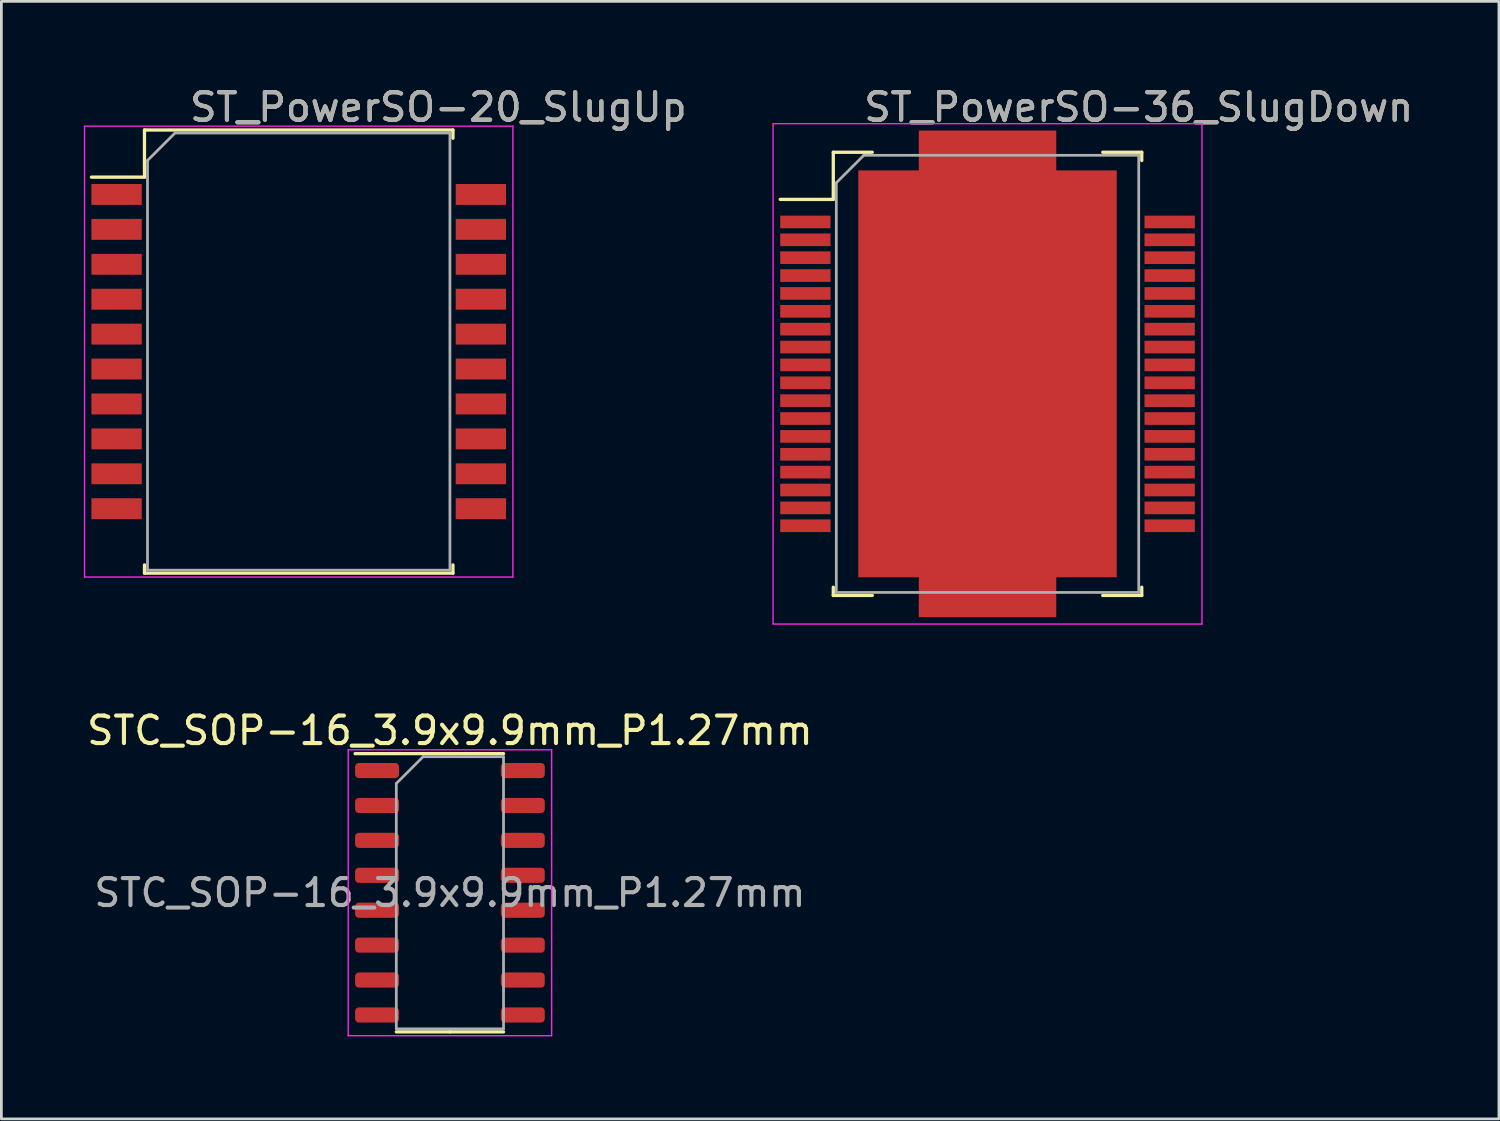
<source format=kicad_pcb>
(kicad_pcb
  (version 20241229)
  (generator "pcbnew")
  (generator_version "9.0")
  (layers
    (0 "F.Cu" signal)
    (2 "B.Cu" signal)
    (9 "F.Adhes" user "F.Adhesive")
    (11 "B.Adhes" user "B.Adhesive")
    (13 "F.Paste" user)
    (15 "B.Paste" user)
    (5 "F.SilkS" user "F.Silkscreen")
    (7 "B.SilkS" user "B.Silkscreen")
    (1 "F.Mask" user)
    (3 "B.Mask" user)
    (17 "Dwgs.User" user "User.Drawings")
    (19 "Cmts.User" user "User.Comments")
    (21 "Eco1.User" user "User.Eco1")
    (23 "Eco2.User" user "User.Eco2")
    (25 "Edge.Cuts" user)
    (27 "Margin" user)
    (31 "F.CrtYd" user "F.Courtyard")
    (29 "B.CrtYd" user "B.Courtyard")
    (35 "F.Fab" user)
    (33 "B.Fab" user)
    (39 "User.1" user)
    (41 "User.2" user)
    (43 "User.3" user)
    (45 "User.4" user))
  (footprint "ST_PowerSO-36_SlugDown"
    (layer "F.Cu")
    (at 32.869 10.548)
    (property "Reference" "ST_PowerSO-36_SlugDown" (at 5.5 -9.7 0) (layer "F.SilkS") (effects (font (size 1 1) (thickness 0.15))))
    (attr smd)
    (fp_line (start -7.54 -6.345) (end -5.61 -6.345) (stroke (width 0.12) (type solid)) (layer "F.SilkS"))
    (fp_line (start -5.61 -8.06) (end -4.191 -8.06) (stroke (width 0.12) (type solid)) (layer "F.SilkS"))
    (fp_line (start -5.61 -6.345) (end -5.61 -8.06) (stroke (width 0.12) (type solid)) (layer "F.SilkS"))
    (fp_line (start -5.61 7.76) (end -5.61 8.06) (stroke (width 0.12) (type solid)) (layer "F.SilkS"))
    (fp_line (start -5.61 8.06) (end -4.191 8.06) (stroke (width 0.12) (type solid)) (layer "F.SilkS"))
    (fp_line (start 4.191 -8.06) (end 5.61 -8.06) (stroke (width 0.12) (type solid)) (layer "F.SilkS"))
    (fp_line (start 4.191 8.06) (end 5.61 8.06) (stroke (width 0.12) (type solid)) (layer "F.SilkS"))
    (fp_line (start 5.61 -8.06) (end 5.61 -7.76) (stroke (width 0.12) (type solid)) (layer "F.SilkS"))
    (fp_line (start 5.61 8.06) (end 5.61 7.76) (stroke (width 0.12) (type solid)) (layer "F.SilkS"))
    (fp_line (start -7.8 -9.1) (end -7.8 9.1) (stroke (width 0.05) (type solid)) (layer "F.CrtYd"))
    (fp_line (start -7.8 9.1) (end 7.8 9.1) (stroke (width 0.05) (type solid)) (layer "F.CrtYd"))
    (fp_line (start 7.8 -9.1) (end -7.8 -9.1) (stroke (width 0.05) (type solid)) (layer "F.CrtYd"))
    (fp_line (start 7.8 9.1) (end 7.8 -9.1) (stroke (width 0.05) (type solid)) (layer "F.CrtYd"))
    (fp_line (start -5.5 -6.95) (end -5.5 7.95) (stroke (width 0.1) (type solid)) (layer "F.Fab"))
    (fp_line (start -5.5 -6.95) (end -4.5 -7.95) (stroke (width 0.1) (type solid)) (layer "F.Fab"))
    (fp_line (start -5.5 7.95) (end 5.5 7.95) (stroke (width 0.1) (type solid)) (layer "F.Fab"))
    (fp_line (start 5.5 -7.95) (end -4.5 -7.95) (stroke (width 0.1) (type solid)) (layer "F.Fab"))
    (fp_line (start 5.5 7.95) (end 5.5 -7.95) (stroke (width 0.1) (type solid)) (layer "F.Fab"))
    (fp_text user "${REFERENCE}" (at 5.5 -9.7 0) (layer "F.Fab") (effects (font (size 1 1) (thickness 0.15))))
    (pad "" smd rect (at 0 -6.95) (size 3.4 2.5) (layers "F.Paste"))
    (pad "" smd rect (at 0 -3.81) (size 6.4 1.27) (layers "F.Paste"))
    (pad "" smd rect (at 0 -1.27) (size 6.4 1.27) (layers "F.Paste"))
    (pad "" smd rect (at 0 1.27) (size 6.4 1.27) (layers "F.Paste"))
    (pad "" smd rect (at 0 3.81) (size 6.4 1.27) (layers "F.Paste"))
    (pad "" smd rect (at 0 6.95) (size 3.4 2.5) (layers "F.Paste"))
    (pad "1" smd rect (at -6.625 -5.525 90) (size 0.46 1.83) (layers "F.Cu" "F.Mask" "F.Paste"))
    (pad "2" smd rect (at -6.625 -4.875 90) (size 0.46 1.83) (layers "F.Cu" "F.Mask" "F.Paste"))
    (pad "3" smd rect (at -6.625 -4.225 90) (size 0.46 1.83) (layers "F.Cu" "F.Mask" "F.Paste"))
    (pad "4" smd rect (at -6.625 -3.575 90) (size 0.46 1.83) (layers "F.Cu" "F.Mask" "F.Paste"))
    (pad "5" smd rect (at -6.625 -2.925 90) (size 0.46 1.83) (layers "F.Cu" "F.Mask" "F.Paste"))
    (pad "6" smd rect (at -6.625 -2.275 90) (size 0.46 1.83) (layers "F.Cu" "F.Mask" "F.Paste"))
    (pad "7" smd rect (at -6.625 -1.625 90) (size 0.46 1.83) (layers "F.Cu" "F.Mask" "F.Paste"))
    (pad "8" smd rect (at -6.625 -0.975 90) (size 0.46 1.83) (layers "F.Cu" "F.Mask" "F.Paste"))
    (pad "9" smd rect (at -6.625 -0.325 90) (size 0.46 1.83) (layers "F.Cu" "F.Mask" "F.Paste"))
    (pad "10" smd rect (at -6.625 0.325 90) (size 0.46 1.83) (layers "F.Cu" "F.Mask" "F.Paste"))
    (pad "11" smd rect (at -6.625 0.975 90) (size 0.46 1.83) (layers "F.Cu" "F.Mask" "F.Paste"))
    (pad "12" smd rect (at -6.625 1.625 90) (size 0.46 1.83) (layers "F.Cu" "F.Mask" "F.Paste"))
    (pad "13" smd rect (at -6.625 2.275 90) (size 0.46 1.83) (layers "F.Cu" "F.Mask" "F.Paste"))
    (pad "14" smd rect (at -6.625 2.925 90) (size 0.46 1.83) (layers "F.Cu" "F.Mask" "F.Paste"))
    (pad "15" smd rect (at -6.625 3.575 90) (size 0.46 1.83) (layers "F.Cu" "F.Mask" "F.Paste"))
    (pad "16" smd rect (at -6.625 4.225 90) (size 0.46 1.83) (layers "F.Cu" "F.Mask" "F.Paste"))
    (pad "17" smd rect (at -6.625 4.875 90) (size 0.46 1.83) (layers "F.Cu" "F.Mask" "F.Paste"))
    (pad "18" smd rect (at -6.625 5.525 90) (size 0.46 1.83) (layers "F.Cu" "F.Mask" "F.Paste"))
    (pad "19" smd rect (at 6.625 0.325 90) (size 0.46 1.83) (layers "F.Cu" "F.Mask" "F.Paste"))
    (pad "20" smd rect (at 6.625 0.975 90) (size 0.46 1.83) (layers "F.Cu" "F.Mask" "F.Paste"))
    (pad "21" smd rect (at 6.625 1.625 90) (size 0.46 1.83) (layers "F.Cu" "F.Mask" "F.Paste"))
    (pad "22" smd rect (at 6.625 2.275 90) (size 0.46 1.83) (layers "F.Cu" "F.Mask" "F.Paste"))
    (pad "23" smd rect (at 6.625 2.925 90) (size 0.46 1.83) (layers "F.Cu" "F.Mask" "F.Paste"))
    (pad "24" smd rect (at 6.625 3.575 90) (size 0.46 1.83) (layers "F.Cu" "F.Mask" "F.Paste"))
    (pad "25" smd rect (at 6.625 4.225 90) (size 0.46 1.83) (layers "F.Cu" "F.Mask" "F.Paste"))
    (pad "26" smd rect (at 6.625 4.875 90) (size 0.46 1.83) (layers "F.Cu" "F.Mask" "F.Paste"))
    (pad "27" smd rect (at 6.625 5.525 90) (size 0.46 1.83) (layers "F.Cu" "F.Mask" "F.Paste"))
    (pad "28" smd rect (at 6.625 -0.325 90) (size 0.46 1.83) (layers "F.Cu" "F.Mask" "F.Paste"))
    (pad "29" smd rect (at 6.625 -0.975 90) (size 0.46 1.83) (layers "F.Cu" "F.Mask" "F.Paste"))
    (pad "30" smd rect (at 6.625 -1.625 90) (size 0.46 1.83) (layers "F.Cu" "F.Mask" "F.Paste"))
    (pad "31" smd rect (at 6.625 -2.275 90) (size 0.46 1.83) (layers "F.Cu" "F.Mask" "F.Paste"))
    (pad "32" smd rect (at 6.625 -2.925 90) (size 0.46 1.83) (layers "F.Cu" "F.Mask" "F.Paste"))
    (pad "33" smd rect (at 6.625 -3.575 90) (size 0.46 1.83) (layers "F.Cu" "F.Mask" "F.Paste"))
    (pad "34" smd rect (at 6.625 -4.225 90) (size 0.46 1.83) (layers "F.Cu" "F.Mask" "F.Paste"))
    (pad "35" smd rect (at 6.625 -4.875 90) (size 0.46 1.83) (layers "F.Cu" "F.Mask" "F.Paste"))
    (pad "36" smd rect (at 6.625 -5.525 90) (size 0.46 1.83) (layers "F.Cu" "F.Mask" "F.Paste"))
    (pad "37" smd custom (at 0 0) (size 3.4 2.5) (layers "F.Cu" "F.Mask") (options (anchor rect)) (primitives (gr_poly (pts (xy 2.5 8.85) (xy -2.5 8.85) (xy -2.5 7.4) (xy -4.7 7.4) (xy -4.7 -7.4) (xy -2.5 -7.4) (xy -2.5 -8.85) (xy 2.5 -8.85) (xy 2.5 -7.4) (xy 4.7 -7.4) (xy 4.7 7.4) (xy 2.5 7.4)) (width 0) (fill yes)))))
  (footprint "STC_SOP-16_3.9x9.9mm_P1.27mm"
    (layer "F.Cu")
    (at 13.315 29.422)
    (property "Reference" "STC_SOP-16_3.9x9.9mm_P1.27mm" (at 0 -5.9 0) (layer "F.SilkS") (effects (font (size 1 1) (thickness 0.15))))
    (attr smd)
    (fp_line (start 0 -5.06) (end -3.45 -5.06) (stroke (width 0.12) (type solid)) (layer "F.SilkS"))
    (fp_line (start 0 -5.06) (end 1.95 -5.06) (stroke (width 0.12) (type solid)) (layer "F.SilkS"))
    (fp_line (start 0 5.06) (end -1.95 5.06) (stroke (width 0.12) (type solid)) (layer "F.SilkS"))
    (fp_line (start 0 5.06) (end 1.95 5.06) (stroke (width 0.12) (type solid)) (layer "F.SilkS"))
    (fp_line (start -3.7 -5.2) (end -3.7 5.2) (stroke (width 0.05) (type solid)) (layer "F.CrtYd"))
    (fp_line (start -3.7 5.2) (end 3.7 5.2) (stroke (width 0.05) (type solid)) (layer "F.CrtYd"))
    (fp_line (start 3.7 -5.2) (end -3.7 -5.2) (stroke (width 0.05) (type solid)) (layer "F.CrtYd"))
    (fp_line (start 3.7 5.2) (end 3.7 -5.2) (stroke (width 0.05) (type solid)) (layer "F.CrtYd"))
    (fp_line (start -1.95 -3.975) (end -0.975 -4.95) (stroke (width 0.1) (type solid)) (layer "F.Fab"))
    (fp_line (start -1.95 4.95) (end -1.95 -3.975) (stroke (width 0.1) (type solid)) (layer "F.Fab"))
    (fp_line (start -0.975 -4.95) (end 1.95 -4.95) (stroke (width 0.1) (type solid)) (layer "F.Fab"))
    (fp_line (start 1.95 -4.95) (end 1.95 4.95) (stroke (width 0.1) (type solid)) (layer "F.Fab"))
    (fp_line (start 1.95 4.95) (end -1.95 4.95) (stroke (width 0.1) (type solid)) (layer "F.Fab"))
    (fp_text user "${REFERENCE}" (at 0 0 0) (layer "F.Fab") (effects (font (size 0.98 0.98) (thickness 0.15))))
    (pad "1" smd roundrect (at -2.65 -4.445) (size 1.6 0.55) (layers "F.Cu" "F.Mask" "F.Paste") (roundrect_rratio 0.25))
    (pad "2" smd roundrect (at -2.65 -3.175) (size 1.6 0.55) (layers "F.Cu" "F.Mask" "F.Paste") (roundrect_rratio 0.25))
    (pad "3" smd roundrect (at -2.65 -1.905) (size 1.6 0.55) (layers "F.Cu" "F.Mask" "F.Paste") (roundrect_rratio 0.25))
    (pad "4" smd roundrect (at -2.65 -0.635) (size 1.6 0.55) (layers "F.Cu" "F.Mask" "F.Paste") (roundrect_rratio 0.25))
    (pad "5" smd roundrect (at -2.65 0.635) (size 1.6 0.55) (layers "F.Cu" "F.Mask" "F.Paste") (roundrect_rratio 0.25))
    (pad "6" smd roundrect (at -2.65 1.905) (size 1.6 0.55) (layers "F.Cu" "F.Mask" "F.Paste") (roundrect_rratio 0.25))
    (pad "7" smd roundrect (at -2.65 3.175) (size 1.6 0.55) (layers "F.Cu" "F.Mask" "F.Paste") (roundrect_rratio 0.25))
    (pad "8" smd roundrect (at -2.65 4.445) (size 1.6 0.55) (layers "F.Cu" "F.Mask" "F.Paste") (roundrect_rratio 0.25))
    (pad "9" smd roundrect (at 2.65 4.445) (size 1.6 0.55) (layers "F.Cu" "F.Mask" "F.Paste") (roundrect_rratio 0.25))
    (pad "10" smd roundrect (at 2.65 3.175) (size 1.6 0.55) (layers "F.Cu" "F.Mask" "F.Paste") (roundrect_rratio 0.25))
    (pad "11" smd roundrect (at 2.65 1.905) (size 1.6 0.55) (layers "F.Cu" "F.Mask" "F.Paste") (roundrect_rratio 0.25))
    (pad "12" smd roundrect (at 2.65 0.635) (size 1.6 0.55) (layers "F.Cu" "F.Mask" "F.Paste") (roundrect_rratio 0.25))
    (pad "13" smd roundrect (at 2.65 -0.635) (size 1.6 0.55) (layers "F.Cu" "F.Mask" "F.Paste") (roundrect_rratio 0.25))
    (pad "14" smd roundrect (at 2.65 -1.905) (size 1.6 0.55) (layers "F.Cu" "F.Mask" "F.Paste") (roundrect_rratio 0.25))
    (pad "15" smd roundrect (at 2.65 -3.175) (size 1.6 0.55) (layers "F.Cu" "F.Mask" "F.Paste") (roundrect_rratio 0.25))
    (pad "16" smd roundrect (at 2.65 -4.445) (size 1.6 0.55) (layers "F.Cu" "F.Mask" "F.Paste") (roundrect_rratio 0.25)))
  (footprint "ST_PowerSO-20_SlugUp"
    (layer "F.Cu")
    (at 7.815 9.738)
    (property "Reference" "ST_PowerSO-20_SlugUp" (at 5.08 -8.89 0) (layer "F.SilkS") (effects (font (size 1 1) (thickness 0.15))))
    (attr smd)
    (fp_line (start -7.54 -6.345) (end -5.61 -6.345) (stroke (width 0.12) (type solid)) (layer "F.SilkS"))
    (fp_line (start -5.61 -8.06) (end 5.61 -8.06) (stroke (width 0.12) (type solid)) (layer "F.SilkS"))
    (fp_line (start -5.61 -6.345) (end -5.61 -8.06) (stroke (width 0.12) (type solid)) (layer "F.SilkS"))
    (fp_line (start -5.61 7.76) (end -5.61 8.06) (stroke (width 0.12) (type solid)) (layer "F.SilkS"))
    (fp_line (start -5.61 8.06) (end 5.61 8.06) (stroke (width 0.12) (type solid)) (layer "F.SilkS"))
    (fp_line (start 5.61 -8.06) (end 5.61 -7.76) (stroke (width 0.12) (type solid)) (layer "F.SilkS"))
    (fp_line (start 5.61 8.06) (end 5.61 7.76) (stroke (width 0.12) (type solid)) (layer "F.SilkS"))
    (fp_line (start -7.79 -8.2) (end -7.79 8.2) (stroke (width 0.05) (type solid)) (layer "F.CrtYd"))
    (fp_line (start -7.79 8.2) (end 7.79 8.2) (stroke (width 0.05) (type solid)) (layer "F.CrtYd"))
    (fp_line (start 7.79 -8.2) (end -7.79 -8.2) (stroke (width 0.05) (type solid)) (layer "F.CrtYd"))
    (fp_line (start 7.79 8.2) (end 7.79 -8.2) (stroke (width 0.05) (type solid)) (layer "F.CrtYd"))
    (fp_line (start -5.5 -6.95) (end -5.5 7.95) (stroke (width 0.1) (type solid)) (layer "F.Fab"))
    (fp_line (start -5.5 -6.95) (end -4.5 -7.95) (stroke (width 0.1) (type solid)) (layer "F.Fab"))
    (fp_line (start -5.5 7.95) (end 5.5 7.95) (stroke (width 0.1) (type solid)) (layer "F.Fab"))
    (fp_line (start 5.5 -7.95) (end -4.5 -7.95) (stroke (width 0.1) (type solid)) (layer "F.Fab"))
    (fp_line (start 5.5 7.95) (end 5.5 -7.95) (stroke (width 0.1) (type solid)) (layer "F.Fab"))
    (fp_text user "${REFERENCE}" (at 5.08 -8.89 0) (layer "F.Fab") (effects (font (size 1 1) (thickness 0.15))))
    (pad "1" smd rect (at -6.625 -5.715 90) (size 0.76 1.83) (layers "F.Cu" "F.Mask" "F.Paste"))
    (pad "2" smd rect (at -6.625 -4.445 90) (size 0.76 1.83) (layers "F.Cu" "F.Mask" "F.Paste"))
    (pad "3" smd rect (at -6.625 -3.175 90) (size 0.76 1.83) (layers "F.Cu" "F.Mask" "F.Paste"))
    (pad "4" smd rect (at -6.625 -1.905 90) (size 0.76 1.83) (layers "F.Cu" "F.Mask" "F.Paste"))
    (pad "5" smd rect (at -6.625 -0.635 90) (size 0.76 1.83) (layers "F.Cu" "F.Mask" "F.Paste"))
    (pad "6" smd rect (at -6.625 0.635 90) (size 0.76 1.83) (layers "F.Cu" "F.Mask" "F.Paste"))
    (pad "7" smd rect (at -6.625 1.905 90) (size 0.76 1.83) (layers "F.Cu" "F.Mask" "F.Paste"))
    (pad "8" smd rect (at -6.625 3.175 90) (size 0.76 1.83) (layers "F.Cu" "F.Mask" "F.Paste"))
    (pad "9" smd rect (at -6.625 4.445 90) (size 0.76 1.83) (layers "F.Cu" "F.Mask" "F.Paste"))
    (pad "10" smd rect (at -6.625 5.715 90) (size 0.76 1.83) (layers "F.Cu" "F.Mask" "F.Paste"))
    (pad "11" smd rect (at 6.625 5.715 90) (size 0.76 1.83) (layers "F.Cu" "F.Mask" "F.Paste"))
    (pad "12" smd rect (at 6.625 4.445 90) (size 0.76 1.83) (layers "F.Cu" "F.Mask" "F.Paste"))
    (pad "13" smd rect (at 6.625 3.175 90) (size 0.76 1.83) (layers "F.Cu" "F.Mask" "F.Paste"))
    (pad "14" smd rect (at 6.625 1.905 90) (size 0.76 1.83) (layers "F.Cu" "F.Mask" "F.Paste"))
    (pad "15" smd rect (at 6.625 0.635 90) (size 0.76 1.83) (layers "F.Cu" "F.Mask" "F.Paste"))
    (pad "16" smd rect (at 6.625 -0.635 90) (size 0.76 1.83) (layers "F.Cu" "F.Mask" "F.Paste"))
    (pad "17" smd rect (at 6.625 -1.905 90) (size 0.76 1.83) (layers "F.Cu" "F.Mask" "F.Paste"))
    (pad "18" smd rect (at 6.625 -3.175 90) (size 0.76 1.83) (layers "F.Cu" "F.Mask" "F.Paste"))
    (pad "19" smd rect (at 6.625 -4.445 90) (size 0.76 1.83) (layers "F.Cu" "F.Mask" "F.Paste"))
    (pad "20" smd rect (at 6.625 -5.715 90) (size 0.76 1.83) (layers "F.Cu" "F.Mask" "F.Paste")))
  (gr_rect
    (start -3 -3)
    (end 51.47 37.647)
    (stroke (width 0.1) (type default))
    (fill no)
    (layer "Edge.Cuts")))
</source>
